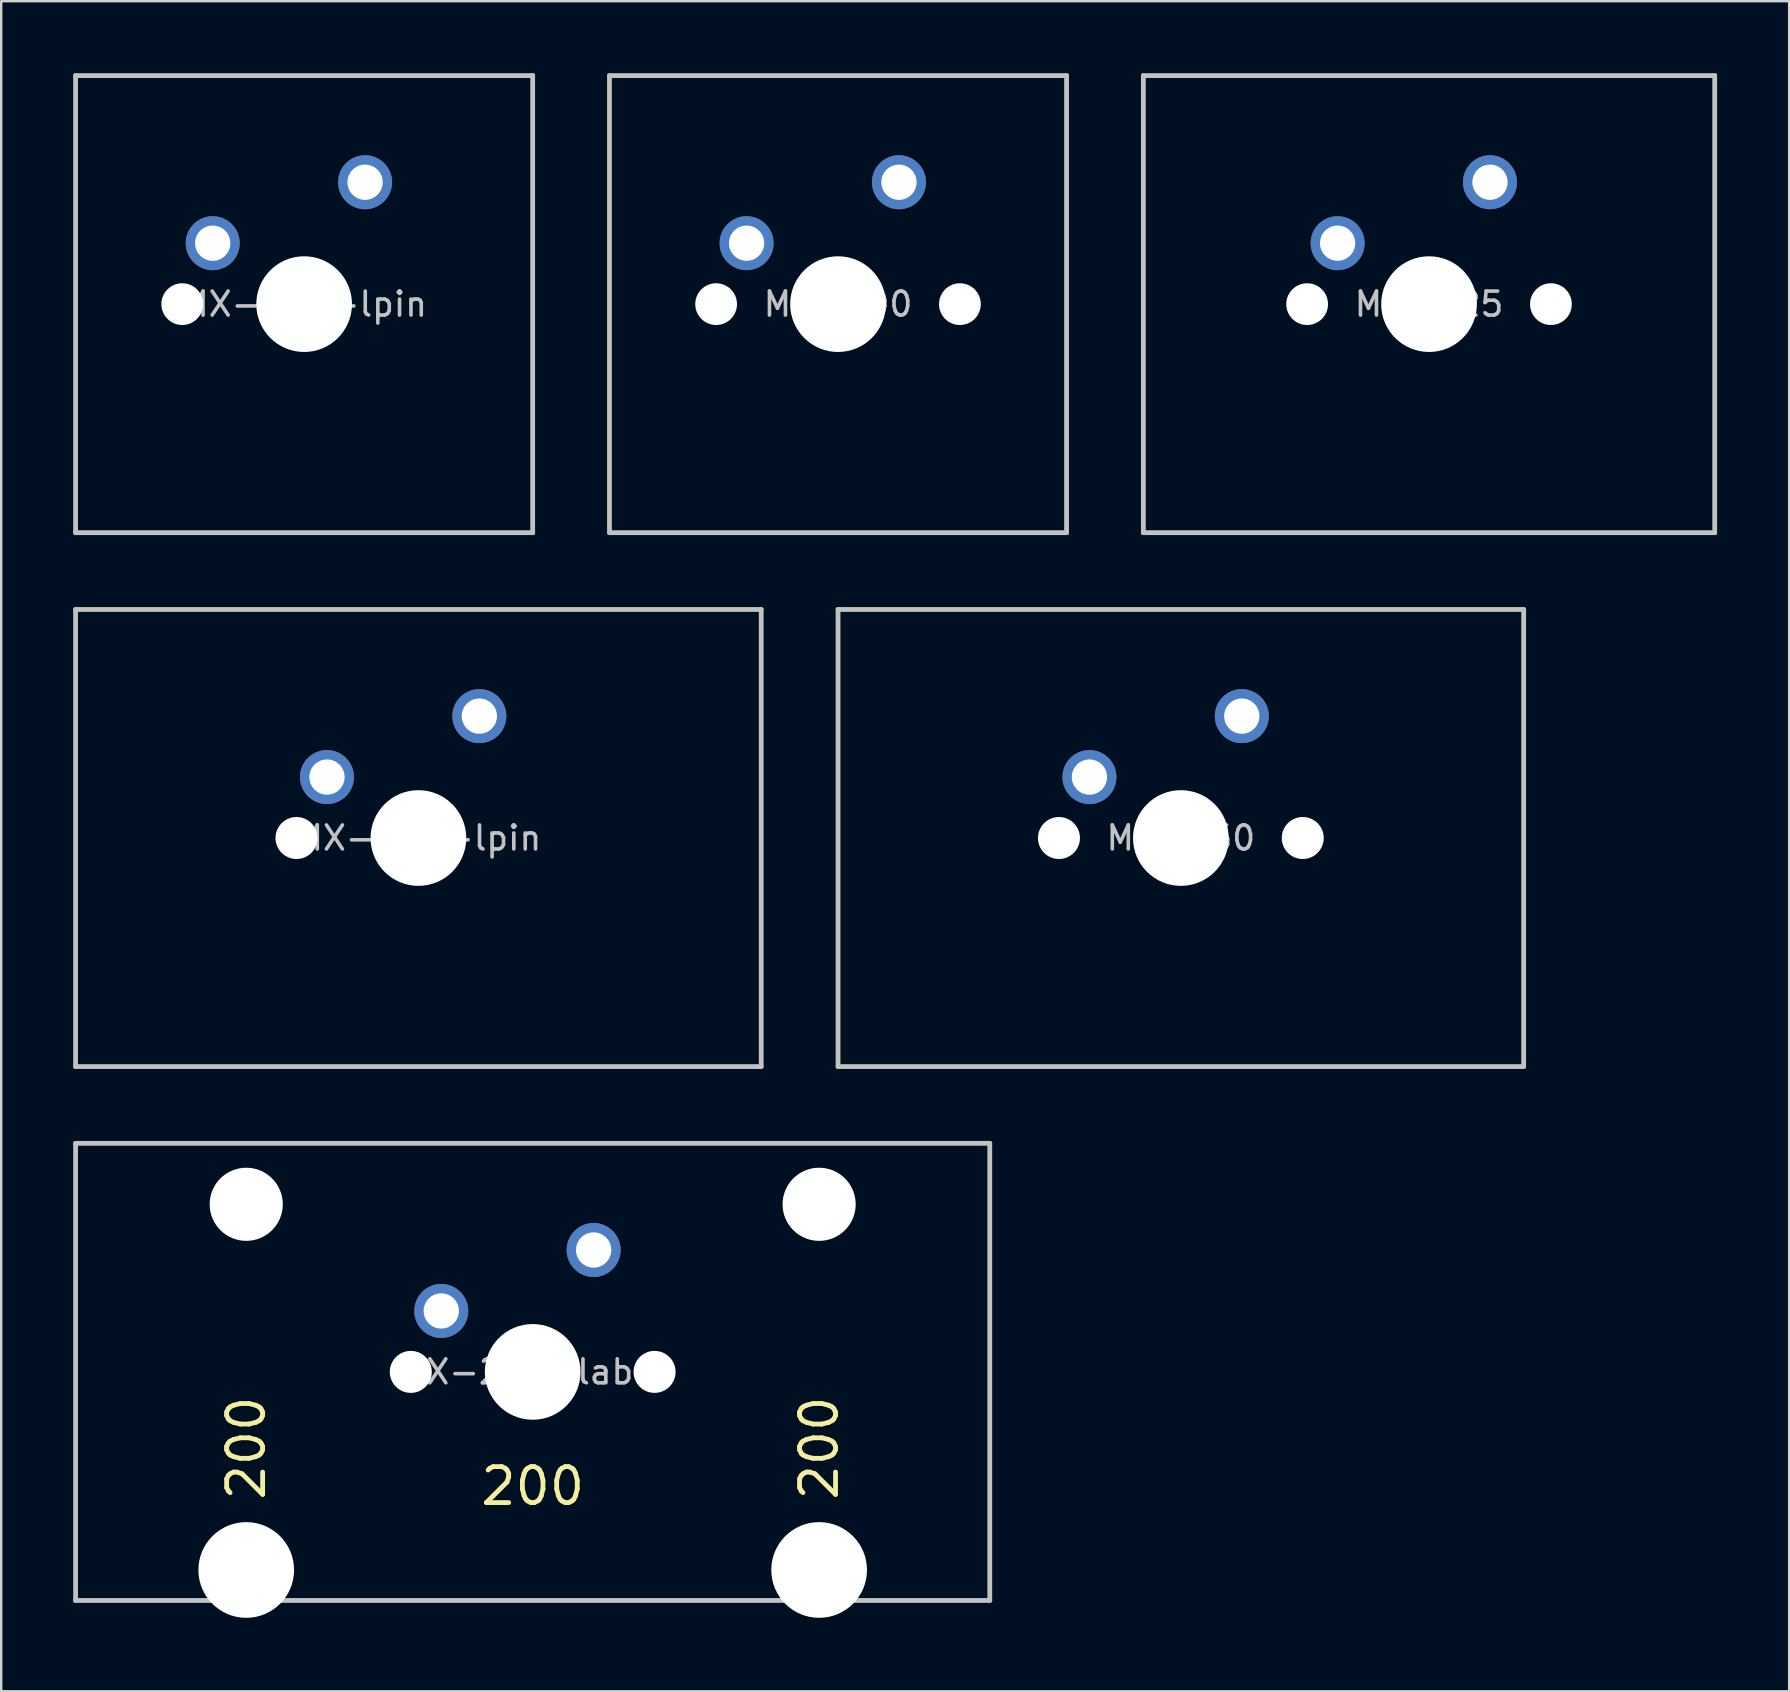
<source format=kicad_pcb>
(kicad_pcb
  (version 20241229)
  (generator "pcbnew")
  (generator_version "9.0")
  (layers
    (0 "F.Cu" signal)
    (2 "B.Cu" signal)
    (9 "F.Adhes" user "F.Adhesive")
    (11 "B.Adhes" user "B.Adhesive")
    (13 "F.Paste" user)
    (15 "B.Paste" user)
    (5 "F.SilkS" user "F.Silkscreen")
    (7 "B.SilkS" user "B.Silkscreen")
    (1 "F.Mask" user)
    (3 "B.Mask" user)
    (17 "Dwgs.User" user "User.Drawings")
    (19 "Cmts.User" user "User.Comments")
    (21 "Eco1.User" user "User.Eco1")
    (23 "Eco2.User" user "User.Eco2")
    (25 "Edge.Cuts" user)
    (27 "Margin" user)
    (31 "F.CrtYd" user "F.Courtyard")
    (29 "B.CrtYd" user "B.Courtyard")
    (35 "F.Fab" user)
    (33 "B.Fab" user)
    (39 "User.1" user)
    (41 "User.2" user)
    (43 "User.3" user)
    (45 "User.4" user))
  (footprint "MX-200-label"
    (layer "F.Cu")
    (at 19.15 54.125)
    (property "Reference" "MX-200-label" (at 0 0 0) (layer "Dwgs.User") (effects (font (size 1 1) (thickness 0.15))))
    (attr through_hole)
    (fp_line (start -19.05 9.525) (end -19.05 -9.525) (stroke (width 0.2) (type solid)) (layer "Dwgs.User"))
    (fp_line (start 19.05 -9.525) (end -19.05 -9.525) (stroke (width 0.2) (type solid)) (layer "Dwgs.User"))
    (fp_line (start 19.05 -9.525) (end 19.05 9.525) (stroke (width 0.2) (type solid)) (layer "Dwgs.User"))
    (fp_line (start 19.05 9.525) (end -19.05 9.525) (stroke (width 0.2) (type solid)) (layer "Dwgs.User"))
    (fp_line (start -15.368 -8.95) (end -15.368 10.25) (stroke (width 0.12) (type solid)) (layer "Eco1.User"))
    (fp_line (start -15.368 10.25) (end 15.368 10.25) (stroke (width 0.12) (type solid)) (layer "Eco1.User"))
    (fp_line (start -8.508 -8.95) (end -15.368 -8.95) (stroke (width 0.12) (type solid)) (layer "Eco1.User"))
    (fp_line (start -8.508 7) (end -8.508 -8.95) (stroke (width 0.12) (type solid)) (layer "Eco1.User"))
    (fp_line (start -7 -7) (end -7 7) (stroke (width 0.12) (type solid)) (layer "Eco1.User"))
    (fp_line (start -7 -7) (end 7 -7) (stroke (width 0.12) (type solid)) (layer "Eco1.User"))
    (fp_line (start -7 7) (end -8.508 7) (stroke (width 0.12) (type solid)) (layer "Eco1.User"))
    (fp_line (start 7 -7) (end 7 7) (stroke (width 0.12) (type solid)) (layer "Eco1.User"))
    (fp_line (start 8.508 -8.95) (end 8.508 7) (stroke (width 0.12) (type solid)) (layer "Eco1.User"))
    (fp_line (start 8.508 7) (end 7 7) (stroke (width 0.12) (type solid)) (layer "Eco1.User"))
    (fp_line (start 15.368 -8.95) (end 8.508 -8.95) (stroke (width 0.12) (type solid)) (layer "Eco1.User"))
    (fp_line (start 15.368 10.25) (end 15.368 -8.95) (stroke (width 0.12) (type solid)) (layer "Eco1.User"))
    (fp_circle (center -11.938 -6.985) (end -9.438 -6.985) (stroke (width 0.12) (type solid)) (fill no) (layer "Eco2.User"))
    (fp_circle (center 11.938 -6.985) (end 14.438 -6.985) (stroke (width 0.12) (type solid)) (fill no) (layer "Eco2.User"))
    (fp_text user "200" (at 0 4.763 0) (layer "F.SilkS") (effects (font (size 1.5 1.5) (thickness 0.2))))
    (fp_text user "200" (at 11.938 3.175 90) (layer "F.SilkS") (effects (font (size 1.5 1.5) (thickness 0.2))))
    (fp_text user "200" (at -11.938 3.175 90) (layer "F.SilkS") (effects (font (size 1.5 1.5) (thickness 0.2))))
    (pad "" np_thru_hole circle (at -11.938 -6.985) (size 3.048 3.048) (drill 3.048) (layers "*.Cu" "*.Mask"))
    (pad "" np_thru_hole circle (at -11.938 8.255) (size 3.988 3.988) (drill 3.988) (layers "*.Cu" "*.Mask"))
    (pad "" np_thru_hole circle (at -5.08 0) (size 1.75 1.75) (drill 1.75) (layers "*.Cu" "*.Mask"))
    (pad "" np_thru_hole circle (at 0 0) (size 3.988 3.988) (drill 3.988) (layers "*.Cu" "*.Mask"))
    (pad "" np_thru_hole circle (at 5.08 0) (size 1.75 1.75) (drill 1.75) (layers "*.Cu" "*.Mask"))
    (pad "" np_thru_hole circle (at 11.938 -6.985) (size 3.048 3.048) (drill 3.048) (layers "*.Cu" "*.Mask"))
    (pad "" np_thru_hole circle (at 11.938 8.255) (size 3.988 3.988) (drill 3.988) (layers "*.Cu" "*.Mask"))
    (pad "1" thru_hole circle (at 2.54 -5.08) (size 2.25 2.25) (drill 1.47) (layers "*.Cu" "B.Mask"))
    (pad "2" thru_hole circle (at -3.81 -2.54) (size 2.25 2.25) (drill 1.47) (layers "*.Cu" "B.Mask")))
  (footprint "MX-100"
    (layer "F.Cu")
    (at 31.875 9.625)
    (property "Reference" "MX-100" (at 0 0 0) (layer "Dwgs.User") (effects (font (size 1 1) (thickness 0.15))))
    (attr through_hole)
    (fp_line (start -9.525 -9.525) (end 9.525 -9.525) (stroke (width 0.2) (type solid)) (layer "Dwgs.User"))
    (fp_line (start -9.525 9.525) (end -9.525 -9.525) (stroke (width 0.2) (type solid)) (layer "Dwgs.User"))
    (fp_line (start 9.525 -9.525) (end 9.525 9.525) (stroke (width 0.2) (type solid)) (layer "Dwgs.User"))
    (fp_line (start 9.525 9.525) (end -9.525 9.525) (stroke (width 0.2) (type solid)) (layer "Dwgs.User"))
    (fp_line (start -7 -7) (end 7 -7) (stroke (width 0.12) (type solid)) (layer "Eco1.User"))
    (fp_line (start -7 7) (end -7 -7) (stroke (width 0.12) (type solid)) (layer "Eco1.User"))
    (fp_line (start -7 7) (end 7 7) (stroke (width 0.12) (type solid)) (layer "Eco1.User"))
    (fp_line (start 7 7) (end 7 -7) (stroke (width 0.12) (type solid)) (layer "Eco1.User"))
    (pad "" np_thru_hole circle (at -5.08 0) (size 1.74 1.74) (drill 1.74) (layers "*.Cu" "*.Mask"))
    (pad "" np_thru_hole circle (at 0 0) (size 3.988 3.988) (drill 3.988) (layers "*.Cu" "*.Mask"))
    (pad "" np_thru_hole circle (at 5.08 0) (size 1.74 1.74) (drill 1.74) (layers "*.Cu" "*.Mask"))
    (pad "1" thru_hole circle (at 2.54 -5.08) (size 2.25 2.25) (drill 1.47) (layers "*.Cu" "B.Mask"))
    (pad "2" thru_hole circle (at -3.81 -2.54) (size 2.25 2.25) (drill 1.47) (layers "*.Cu" "B.Mask")))
  (footprint "MX-150"
    (layer "F.Cu")
    (at 46.163 31.875)
    (property "Reference" "MX-150" (at 0 0 0) (layer "Dwgs.User") (effects (font (size 1 1) (thickness 0.15))))
    (attr through_hole)
    (fp_line (start -14.287 9.525) (end -14.287 -9.525) (stroke (width 0.2) (type solid)) (layer "Dwgs.User"))
    (fp_line (start 14.287 -9.525) (end -14.287 -9.525) (stroke (width 0.2) (type solid)) (layer "Dwgs.User"))
    (fp_line (start 14.287 -9.525) (end 14.287 9.525) (stroke (width 0.2) (type solid)) (layer "Dwgs.User"))
    (fp_line (start 14.287 9.525) (end -14.287 9.525) (stroke (width 0.2) (type solid)) (layer "Dwgs.User"))
    (fp_line (start -7 -7) (end 7 -7) (stroke (width 0.12) (type solid)) (layer "Eco1.User"))
    (fp_line (start -7 7) (end -7 -7) (stroke (width 0.12) (type solid)) (layer "Eco1.User"))
    (fp_line (start -7 7) (end 7 7) (stroke (width 0.12) (type solid)) (layer "Eco1.User"))
    (fp_line (start 7 7) (end 7 -7) (stroke (width 0.12) (type solid)) (layer "Eco1.User"))
    (pad "" np_thru_hole circle (at -5.08 0) (size 1.75 1.75) (drill 1.75) (layers "*.Cu" "*.Mask"))
    (pad "" np_thru_hole circle (at 0 0) (size 3.988 3.988) (drill 3.988) (layers "*.Cu" "*.Mask"))
    (pad "" np_thru_hole circle (at 5.08 0) (size 1.75 1.75) (drill 1.75) (layers "*.Cu" "*.Mask"))
    (pad "1" thru_hole circle (at 2.54 -5.08) (size 2.25 2.25) (drill 1.47) (layers "*.Cu" "B.Mask"))
    (pad "2" thru_hole circle (at -3.81 -2.54) (size 2.25 2.25) (drill 1.47) (layers "*.Cu" "B.Mask")))
  (footprint "MX-150-lpin"
    (layer "F.Cu")
    (at 14.387 31.875)
    (property "Reference" "MX-150-lpin" (at 0 0 0) (layer "Dwgs.User") (effects (font (size 1 1) (thickness 0.15))))
    (attr through_hole)
    (fp_line (start -14.287 9.525) (end -14.287 -9.525) (stroke (width 0.2) (type solid)) (layer "Dwgs.User"))
    (fp_line (start 14.287 -9.525) (end -14.287 -9.525) (stroke (width 0.2) (type solid)) (layer "Dwgs.User"))
    (fp_line (start 14.287 -9.525) (end 14.287 9.525) (stroke (width 0.2) (type solid)) (layer "Dwgs.User"))
    (fp_line (start 14.287 9.525) (end -14.287 9.525) (stroke (width 0.2) (type solid)) (layer "Dwgs.User"))
    (fp_line (start -7 -7) (end 7 -7) (stroke (width 0.12) (type solid)) (layer "Eco1.User"))
    (fp_line (start -7 7) (end -7 -7) (stroke (width 0.12) (type solid)) (layer "Eco1.User"))
    (fp_line (start -7 7) (end 7 7) (stroke (width 0.12) (type solid)) (layer "Eco1.User"))
    (fp_line (start 7 7) (end 7 -7) (stroke (width 0.12) (type solid)) (layer "Eco1.User"))
    (pad "" np_thru_hole circle (at -5.08 0) (size 1.75 1.75) (drill 1.75) (layers "*.Cu" "*.Mask"))
    (pad "" np_thru_hole circle (at 0 0) (size 3.988 3.988) (drill 3.988) (layers "*.Cu" "*.Mask"))
    (pad "1" thru_hole circle (at 2.54 -5.08) (size 2.25 2.25) (drill 1.47) (layers "*.Cu" "B.Mask"))
    (pad "2" thru_hole circle (at -3.81 -2.54) (size 2.25 2.25) (drill 1.47) (layers "*.Cu" "B.Mask")))
  (footprint "MX-100-lpin"
    (layer "F.Cu")
    (at 9.625 9.625)
    (property "Reference" "MX-100-lpin" (at 0 0 0) (layer "Dwgs.User") (effects (font (size 1 1) (thickness 0.15))))
    (attr through_hole)
    (fp_line (start -9.525 -9.525) (end 9.525 -9.525) (stroke (width 0.2) (type solid)) (layer "Dwgs.User"))
    (fp_line (start -9.525 9.525) (end -9.525 -9.525) (stroke (width 0.2) (type solid)) (layer "Dwgs.User"))
    (fp_line (start 9.525 -9.525) (end 9.525 9.525) (stroke (width 0.2) (type solid)) (layer "Dwgs.User"))
    (fp_line (start 9.525 9.525) (end -9.525 9.525) (stroke (width 0.2) (type solid)) (layer "Dwgs.User"))
    (fp_line (start -7 -7) (end 7 -7) (stroke (width 0.12) (type solid)) (layer "Eco1.User"))
    (fp_line (start -7 7) (end -7 -7) (stroke (width 0.12) (type solid)) (layer "Eco1.User"))
    (fp_line (start -7 7) (end 7 7) (stroke (width 0.12) (type solid)) (layer "Eco1.User"))
    (fp_line (start 7 7) (end 7 -7) (stroke (width 0.12) (type solid)) (layer "Eco1.User"))
    (pad "" np_thru_hole circle (at -5.08 0) (size 1.74 1.74) (drill 1.74) (layers "*.Cu" "*.Mask"))
    (pad "" np_thru_hole circle (at 0 0) (size 3.988 3.988) (drill 3.988) (layers "*.Cu" "*.Mask"))
    (pad "1" thru_hole circle (at 2.54 -5.08) (size 2.25 2.25) (drill 1.47) (layers "*.Cu" "B.Mask"))
    (pad "2" thru_hole circle (at -3.81 -2.54) (size 2.25 2.25) (drill 1.47) (layers "*.Cu" "B.Mask")))
  (footprint "MX-125"
    (layer "F.Cu")
    (at 56.506 9.625)
    (property "Reference" "MX-125" (at 0 0 0) (layer "Dwgs.User") (effects (font (size 1 1) (thickness 0.15))))
    (attr through_hole)
    (fp_line (start -11.906 9.525) (end -11.906 -9.525) (stroke (width 0.2) (type solid)) (layer "Dwgs.User"))
    (fp_line (start 11.906 -9.525) (end -11.906 -9.525) (stroke (width 0.2) (type solid)) (layer "Dwgs.User"))
    (fp_line (start 11.906 -9.525) (end 11.906 9.525) (stroke (width 0.2) (type solid)) (layer "Dwgs.User"))
    (fp_line (start 11.906 9.525) (end -11.906 9.525) (stroke (width 0.2) (type solid)) (layer "Dwgs.User"))
    (fp_line (start -7 -7) (end 7 -7) (stroke (width 0.12) (type solid)) (layer "Eco1.User"))
    (fp_line (start -7 7) (end -7 -7) (stroke (width 0.12) (type solid)) (layer "Eco1.User"))
    (fp_line (start -7 7) (end 7 7) (stroke (width 0.12) (type solid)) (layer "Eco1.User"))
    (fp_line (start 7 7) (end 7 -7) (stroke (width 0.12) (type solid)) (layer "Eco1.User"))
    (pad "" np_thru_hole circle (at -5.08 0) (size 1.74 1.74) (drill 1.74) (layers "*.Cu" "*.Mask"))
    (pad "" np_thru_hole circle (at 0 0) (size 3.988 3.988) (drill 3.988) (layers "*.Cu" "*.Mask"))
    (pad "" np_thru_hole circle (at 5.08 0) (size 1.74 1.74) (drill 1.74) (layers "*.Cu" "*.Mask"))
    (pad "1" thru_hole circle (at 2.54 -5.08) (size 2.25 2.25) (drill 1.47) (layers "*.Cu" "B.Mask"))
    (pad "2" thru_hole circle (at -3.81 -2.54) (size 2.25 2.25) (drill 1.47) (layers "*.Cu" "B.Mask")))
  (gr_rect
    (start -3 -3)
    (end 71.513 67.435)
    (stroke (width 0.1) (type default))
    (fill no)
    (layer "Edge.Cuts")))
</source>
